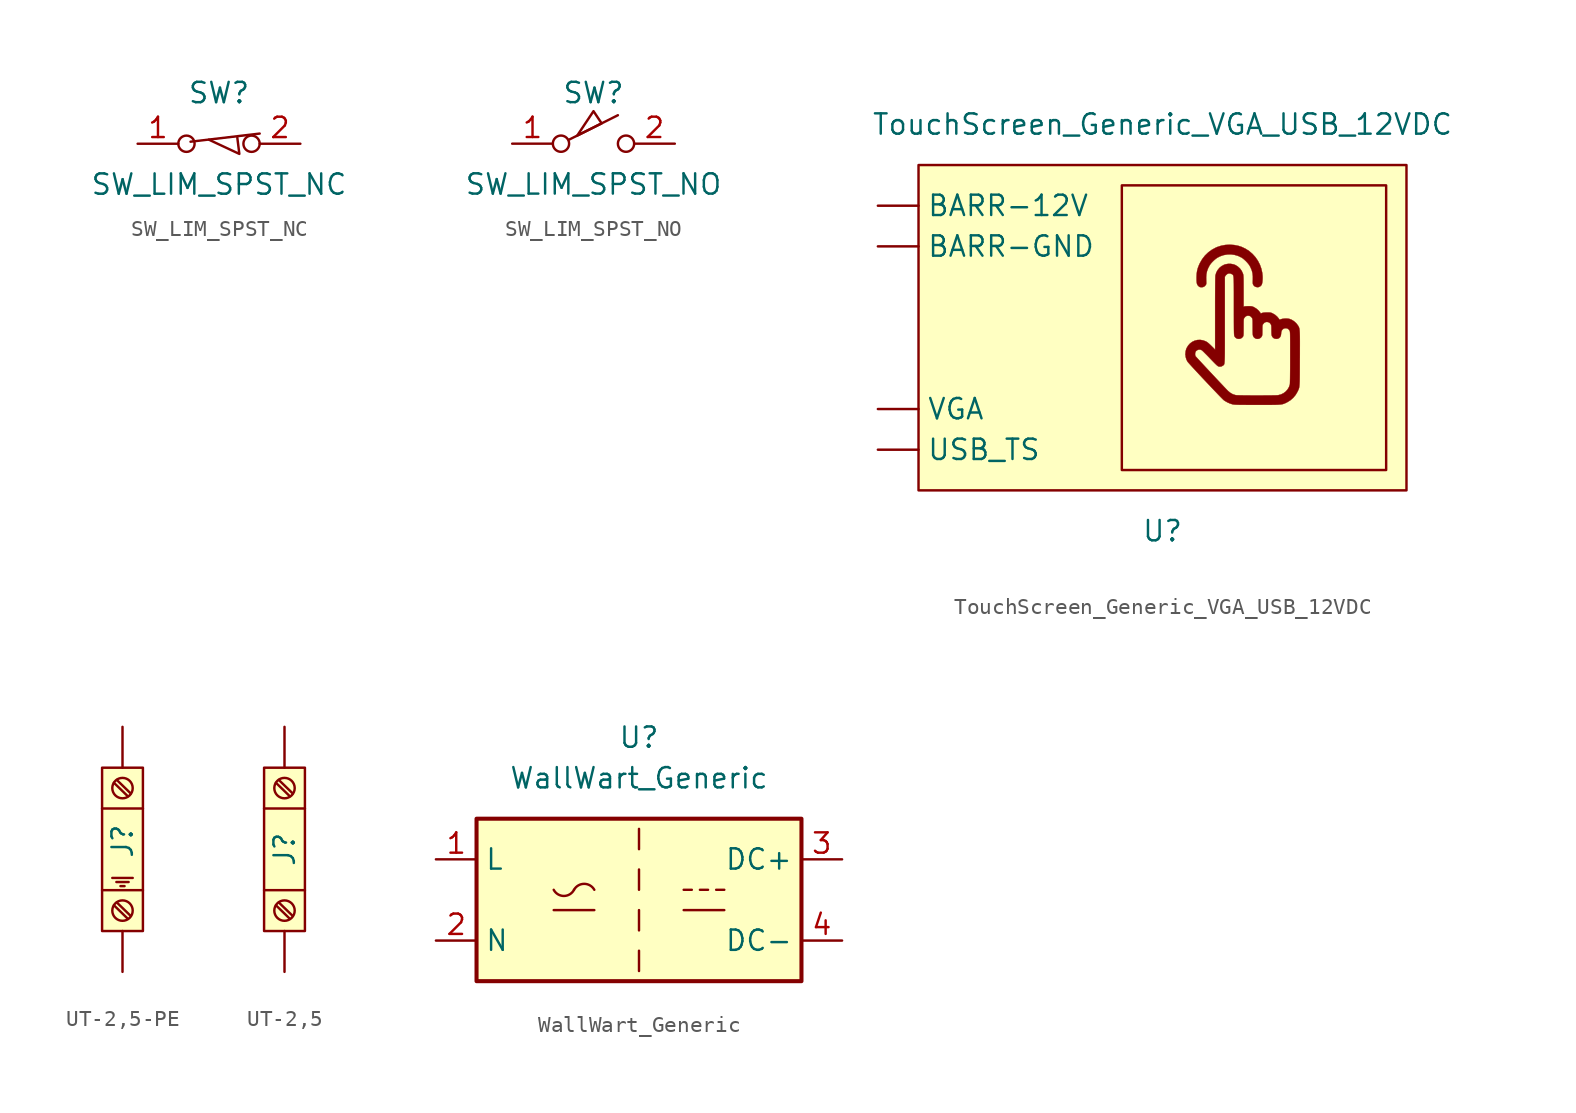
<source format=kicad_sym>
(kicad_symbol_lib
  (version 20241209)
  (generator "kicad_symbol_editor")
  (generator_version "9.0")
  (symbol "SW_LIM_SPST_NC"
    (pin_names
      (offset 0)
      (hide yes))
    (property "Reference" "SW"
      (at 0 3.175 0)
      (effects (font (size 1.27 1.27))))
    (property "Value" "SW_LIM_SPST_NC"
      (at 0 -2.54 0)
      (effects (font (size 1.27 1.27))))
    (symbol "SW_LIM_SPST_NC_0_0"
      (circle (center -2.032 0) (radius 0.508) (stroke (width 0) (type default)) (fill (type none)))
      (polyline (pts (xy -1.778 0.127) (xy 2.54 0.635)) (stroke (width 0) (type default)) (fill (type none)))
      (circle (center 2.032 0) (radius 0.508) (stroke (width 0) (type default)) (fill (type none))))
    (symbol "SW_LIM_SPST_NC_0_1"
      (polyline (pts (xy 1.143 0.381) (xy 1.27 -0.635) (xy -0.635 0.254)) (stroke (width 0) (type default)) (fill (type none))))
    (symbol "SW_LIM_SPST_NC_1_1"
      (pin passive line (at -5.08 0 0) (length 2.54) (name "A" (effects (font (size 1.27 1.27)))) (number "1" (effects (font (size 1.27 1.27)))))
      (pin passive line (at 5.08 0 180) (length 2.54) (name "B" (effects (font (size 1.27 1.27)))) (number "2" (effects (font (size 1.27 1.27)))))))
  (symbol "SW_LIM_SPST_NO"
    (pin_names
      (offset 0)
      (hide yes))
    (property "Reference" "SW"
      (at 0 3.175 0)
      (effects (font (size 1.27 1.27))))
    (property "Value" "SW_LIM_SPST_NO"
      (at 0 -2.54 0)
      (effects (font (size 1.27 1.27))))
    (symbol "SW_LIM_SPST_NO_0_0"
      (circle (center -2.032 0) (radius 0.508) (stroke (width 0) (type default)) (fill (type none)))
      (polyline (pts (xy -1.524 0.254) (xy 1.524 1.778)) (stroke (width 0) (type default)) (fill (type none)))
      (circle (center 2.032 0) (radius 0.508) (stroke (width 0) (type default)) (fill (type none))))
    (symbol "SW_LIM_SPST_NO_0_1"
      (polyline (pts (xy 0.508 1.27) (xy 0 2.032) (xy -1.016 0.508) (xy 0.508 1.27)) (stroke (width 0) (type default)) (fill (type none))))
    (symbol "SW_LIM_SPST_NO_1_1"
      (pin passive line (at -5.08 0 0) (length 2.54) (name "A" (effects (font (size 1.27 1.27)))) (number "1" (effects (font (size 1.27 1.27)))))
      (pin passive line (at 5.08 0 180) (length 2.54) (name "B" (effects (font (size 1.27 1.27)))) (number "2" (effects (font (size 1.27 1.27)))))))
  (symbol "TouchScreen_Generic_VGA_USB_12VDC"
    (property "Reference" "U"
      (at 0 -12.7 0)
      (effects (font (size 1.27 1.27))))
    (property "Value" "TouchScreen_Generic_VGA_USB_12VDC"
      (at 0 12.7 0)
      (effects (font (size 1.27 1.27))))
    (symbol "TouchScreen_Generic_VGA_USB_12VDC_0_0"
      (polyline (pts (xy 2.54 2.54) (xy 2.631 2.588) (xy 2.702 2.667) (xy 2.713 2.686) (xy 2.726 2.716) (xy 2.733 2.752) (xy 2.736 2.804) (xy 2.734 2.879) (xy 2.73 2.985) (xy 2.727 3.149) (xy 2.742 3.35) (xy 2.781 3.534) (xy 2.846 3.71) (xy 2.939 3.889) (xy 2.946 3.901) (xy 3.018 4.001) (xy 3.114 4.108) (xy 3.221 4.213) (xy 3.331 4.306) (xy 3.434 4.377) (xy 3.6 4.461) (xy 3.82 4.536) (xy 4.049 4.575) (xy 4.28 4.58) (xy 4.509 4.548) (xy 4.731 4.482) (xy 4.941 4.38) (xy 5.002 4.34) (xy 5.096 4.263) (xy 5.197 4.17) (xy 5.293 4.07) (xy 5.375 3.973) (xy 5.434 3.889) (xy 5.496 3.775) (xy 5.573 3.597) (xy 5.621 3.416) (xy 5.644 3.223) (xy 5.644 3.008) (xy 5.64 2.907) (xy 5.639 2.826) (xy 5.642 2.768) (xy 5.65 2.725) (xy 5.664 2.69) (xy 5.721 2.61) (xy 5.805 2.555) (xy 5.914 2.53) (xy 6.012 2.538) (xy 6.103 2.582) (xy 6.182 2.662) (xy 6.192 2.679) (xy 6.216 2.747) (xy 6.236 2.845) (xy 6.248 2.962) (xy 6.254 3.093) (xy 6.251 3.229) (xy 6.232 3.416) (xy 6.174 3.684) (xy 6.082 3.941) (xy 5.957 4.183) (xy 5.803 4.406) (xy 5.622 4.607) (xy 5.416 4.784) (xy 5.187 4.932) (xy 4.939 5.049) (xy 4.737 5.114) (xy 4.472 5.166) (xy 4.201 5.184) (xy 3.93 5.17) (xy 3.666 5.121) (xy 3.416 5.04) (xy 3.333 5.004) (xy 3.083 4.869) (xy 2.857 4.703) (xy 2.656 4.509) (xy 2.483 4.287) (xy 2.339 4.04) (xy 2.285 3.925) (xy 2.212 3.74) (xy 2.164 3.56) (xy 2.137 3.371) (xy 2.127 3.161) (xy 2.127 3.112) (xy 2.128 2.975) (xy 2.134 2.868) (xy 2.144 2.787) (xy 2.161 2.724) (xy 2.185 2.674) (xy 2.218 2.63) (xy 2.236 2.611) (xy 2.282 2.569) (xy 2.319 2.544) (xy 2.331 2.541) (xy 2.384 2.531) (xy 2.447 2.527) (xy 2.54 2.54)) (stroke (width 0.01) (type default)) (fill (type outline)))
      (polyline (pts (xy 6.58 -4.819) (xy 6.772 -4.819) (xy 6.935 -4.817) (xy 7.073 -4.814) (xy 7.19 -4.81) (xy 7.287 -4.804) (xy 7.369 -4.797) (xy 7.438 -4.787) (xy 7.497 -4.776) (xy 7.55 -4.761) (xy 7.598 -4.744) (xy 7.646 -4.724) (xy 7.697 -4.701) (xy 7.752 -4.674) (xy 7.788 -4.656) (xy 7.991 -4.53) (xy 8.168 -4.375) (xy 8.317 -4.195) (xy 8.436 -3.991) (xy 8.449 -3.963) (xy 8.47 -3.919) (xy 8.489 -3.879) (xy 8.505 -3.84) (xy 8.519 -3.8) (xy 8.531 -3.755) (xy 8.541 -3.703) (xy 8.549 -3.642) (xy 8.556 -3.569) (xy 8.561 -3.48) (xy 8.566 -3.374) (xy 8.569 -3.248) (xy 8.571 -3.098) (xy 8.573 -2.923) (xy 8.574 -2.72) (xy 8.575 -2.486) (xy 8.576 -2.217) (xy 8.577 -1.913) (xy 8.578 -1.891) (xy 8.579 -1.585) (xy 8.579 -1.314) (xy 8.58 -1.078) (xy 8.58 -0.873) (xy 8.579 -0.696) (xy 8.578 -0.545) (xy 8.575 -0.418) (xy 8.572 -0.312) (xy 8.567 -0.225) (xy 8.561 -0.153) (xy 8.554 -0.094) (xy 8.545 -0.046) (xy 8.534 -0.007) (xy 8.521 0.027) (xy 8.507 0.059) (xy 8.49 0.089) (xy 8.471 0.122) (xy 8.455 0.148) (xy 8.349 0.284) (xy 8.219 0.401) (xy 8.074 0.493) (xy 7.921 0.552) (xy 7.892 0.558) (xy 7.778 0.572) (xy 7.65 0.572) (xy 7.525 0.56) (xy 7.421 0.536) (xy 7.311 0.499) (xy 7.255 0.58) (xy 7.161 0.693) (xy 7.031 0.805) (xy 6.886 0.891) (xy 6.859 0.904) (xy 6.805 0.926) (xy 6.756 0.941) (xy 6.702 0.949) (xy 6.63 0.952) (xy 6.531 0.952) (xy 6.497 0.952) (xy 6.377 0.948) (xy 6.287 0.937) (xy 6.223 0.92) (xy 6.139 0.889) (xy 6.083 0.97) (xy 5.992 1.08) (xy 5.86 1.194) (xy 5.714 1.282) (xy 5.712 1.283) (xy 5.649 1.311) (xy 5.597 1.328) (xy 5.543 1.338) (xy 5.474 1.343) (xy 5.378 1.343) (xy 5.318 1.343) (xy 5.231 1.34) (xy 5.161 1.335) (xy 5.119 1.329) (xy 5.066 1.313) (xy 5.066 2.279) (xy 5.066 2.317) (xy 5.065 2.533) (xy 5.065 2.713) (xy 5.064 2.862) (xy 5.063 2.983) (xy 5.061 3.081) (xy 5.058 3.158) (xy 5.054 3.218) (xy 5.05 3.265) (xy 5.044 3.303) (xy 5.037 3.334) (xy 5.029 3.364) (xy 5.02 3.389) (xy 4.943 3.554) (xy 4.835 3.701) (xy 4.699 3.824) (xy 4.543 3.918) (xy 4.429 3.959) (xy 4.269 3.988) (xy 4.101 3.989) (xy 3.94 3.962) (xy 3.847 3.931) (xy 3.692 3.848) (xy 3.555 3.736) (xy 3.443 3.599) (xy 3.359 3.442) (xy 3.308 3.27) (xy 3.304 3.237) (xy 3.301 3.163) (xy 3.298 3.052) (xy 3.296 2.904) (xy 3.294 2.72) (xy 3.292 2.5) (xy 3.29 2.246) (xy 3.289 1.958) (xy 3.288 1.636) (xy 3.288 1.282) (xy 3.288 0.896) (xy 3.288 -1.372) (xy 3.064 -1.147) (xy 2.974 -1.06) (xy 2.875 -0.97) (xy 2.792 -0.906) (xy 2.722 -0.862) (xy 2.704 -0.853) (xy 2.53 -0.789) (xy 2.355 -0.761) (xy 2.181 -0.768) (xy 2.015 -0.809) (xy 1.859 -0.883) (xy 1.719 -0.986) (xy 1.6 -1.119) (xy 1.505 -1.279) (xy 1.483 -1.33) (xy 1.443 -1.487) (xy 1.431 -1.65) (xy 2.034 -1.65) (xy 2.043 -1.567) (xy 2.07 -1.496) (xy 2.094 -1.461) (xy 2.167 -1.402) (xy 2.256 -1.37) (xy 2.351 -1.367) (xy 2.442 -1.397) (xy 2.459 -1.41) (xy 2.505 -1.45) (xy 2.57 -1.512) (xy 2.652 -1.594) (xy 2.748 -1.69) (xy 2.854 -1.798) (xy 2.965 -1.914) (xy 3.079 -2.033) (xy 3.189 -2.146) (xy 3.277 -2.235) (xy 3.347 -2.303) (xy 3.401 -2.353) (xy 3.443 -2.387) (xy 3.476 -2.408) (xy 3.501 -2.42) (xy 3.585 -2.433) (xy 3.687 -2.417) (xy 3.776 -2.366) (xy 3.777 -2.365) (xy 3.793 -2.353) (xy 3.808 -2.342) (xy 3.821 -2.331) (xy 3.832 -2.318) (xy 3.843 -2.301) (xy 3.852 -2.278) (xy 3.86 -2.247) (xy 3.867 -2.206) (xy 3.873 -2.154) (xy 3.878 -2.087) (xy 3.882 -2.005) (xy 3.885 -1.906) (xy 3.888 -1.786) (xy 3.89 -1.646) (xy 3.891 -1.481) (xy 3.892 -1.292) (xy 3.893 -1.075) (xy 3.893 -0.828) (xy 3.893 -0.55) (xy 3.893 -0.24) (xy 3.893 0.106) (xy 3.893 0.49) (xy 3.893 3.184) (xy 3.937 3.249) (xy 3.965 3.285) (xy 4.046 3.356) (xy 4.136 3.39) (xy 4.232 3.389) (xy 4.328 3.349) (xy 4.33 3.348) (xy 4.352 3.335) (xy 4.371 3.324) (xy 4.387 3.311) (xy 4.402 3.295) (xy 4.414 3.272) (xy 4.425 3.241) (xy 4.434 3.2) (xy 4.441 3.145) (xy 4.447 3.075) (xy 4.451 2.987) (xy 4.454 2.88) (xy 4.457 2.749) (xy 4.458 2.594) (xy 4.459 2.411) (xy 4.46 2.199) (xy 4.46 1.954) (xy 4.46 1.675) (xy 4.46 1.36) (xy 4.46 1.098) (xy 4.46 0.821) (xy 4.461 0.579) (xy 4.461 0.369) (xy 4.462 0.189) (xy 4.463 0.036) (xy 4.464 -0.092) (xy 4.466 -0.198) (xy 4.468 -0.284) (xy 4.47 -0.353) (xy 4.473 -0.406) (xy 4.477 -0.447) (xy 4.481 -0.478) (xy 4.485 -0.501) (xy 4.491 -0.519) (xy 4.497 -0.534) (xy 4.534 -0.593) (xy 4.605 -0.656) (xy 4.691 -0.691) (xy 4.785 -0.699) (xy 4.877 -0.68) (xy 4.96 -0.632) (xy 5.027 -0.557) (xy 5.03 -0.551) (xy 5.041 -0.529) (xy 5.049 -0.503) (xy 5.056 -0.467) (xy 5.06 -0.417) (xy 5.063 -0.347) (xy 5.064 -0.254) (xy 5.065 -0.131) (xy 5.065 0.027) (xy 5.066 0.139) (xy 5.066 0.271) (xy 5.067 0.372) (xy 5.069 0.448) (xy 5.073 0.502) (xy 5.078 0.541) (xy 5.086 0.569) (xy 5.096 0.59) (xy 5.109 0.611) (xy 5.178 0.691) (xy 5.253 0.737) (xy 5.343 0.752) (xy 5.44 0.739) (xy 5.526 0.691) (xy 5.591 0.61) (xy 5.593 0.606) (xy 5.606 0.582) (xy 5.615 0.554) (xy 5.622 0.519) (xy 5.627 0.471) (xy 5.63 0.404) (xy 5.631 0.314) (xy 5.632 0.195) (xy 5.633 0.042) (xy 5.633 -0.058) (xy 5.633 -0.191) (xy 5.635 -0.294) (xy 5.638 -0.372) (xy 5.643 -0.43) (xy 5.649 -0.472) (xy 5.658 -0.505) (xy 5.669 -0.534) (xy 5.716 -0.606) (xy 5.79 -0.664) (xy 5.877 -0.695) (xy 5.97 -0.698) (xy 6.06 -0.674) (xy 6.14 -0.622) (xy 6.202 -0.542) (xy 6.212 -0.52) (xy 6.223 -0.484) (xy 6.231 -0.438) (xy 6.235 -0.372) (xy 6.237 -0.282) (xy 6.238 -0.159) (xy 6.238 -0.103) (xy 6.239 0.001) (xy 6.241 0.076) (xy 6.246 0.128) (xy 6.253 0.165) (xy 6.265 0.194) (xy 6.282 0.22) (xy 6.35 0.3) (xy 6.426 0.346) (xy 6.515 0.362) (xy 6.612 0.348) (xy 6.698 0.3) (xy 6.763 0.219) (xy 6.778 0.19) (xy 6.79 0.155) (xy 6.798 0.111) (xy 6.802 0.05) (xy 6.804 -0.036) (xy 6.805 -0.154) (xy 6.805 -0.202) (xy 6.807 -0.311) (xy 6.81 -0.392) (xy 6.817 -0.451) (xy 6.827 -0.496) (xy 6.842 -0.534) (xy 6.852 -0.555) (xy 6.916 -0.633) (xy 7.003 -0.682) (xy 7.112 -0.698) (xy 7.197 -0.688) (xy 7.287 -0.647) (xy 7.354 -0.576) (xy 7.396 -0.477) (xy 7.41 -0.355) (xy 7.416 -0.28) (xy 7.449 -0.178) (xy 7.508 -0.099) (xy 7.589 -0.048) (xy 7.687 -0.029) (xy 7.785 -0.043) (xy 7.87 -0.091) (xy 7.936 -0.172) (xy 7.94 -0.18) (xy 7.947 -0.194) (xy 7.953 -0.21) (xy 7.958 -0.232) (xy 7.962 -0.262) (xy 7.966 -0.302) (xy 7.969 -0.356) (xy 7.971 -0.425) (xy 7.973 -0.512) (xy 7.974 -0.62) (xy 7.975 -0.752) (xy 7.976 -0.91) (xy 7.976 -1.096) (xy 7.976 -1.314) (xy 7.976 -1.566) (xy 7.976 -1.854) (xy 7.976 -1.975) (xy 7.976 -2.276) (xy 7.975 -2.548) (xy 7.973 -2.79) (xy 7.971 -3.002) (xy 7.969 -3.181) (xy 7.966 -3.327) (xy 7.963 -3.438) (xy 7.96 -3.512) (xy 7.956 -3.549) (xy 7.901 -3.709) (xy 7.812 -3.86) (xy 7.695 -3.99) (xy 7.555 -4.095) (xy 7.396 -4.171) (xy 7.224 -4.215) (xy 7.221 -4.215) (xy 7.17 -4.219) (xy 7.085 -4.222) (xy 6.97 -4.225) (xy 6.829 -4.227) (xy 6.667 -4.229) (xy 6.488 -4.23) (xy 6.296 -4.231) (xy 6.096 -4.232) (xy 5.893 -4.232) (xy 5.689 -4.231) (xy 5.49 -4.231) (xy 5.3 -4.229) (xy 5.123 -4.228) (xy 4.963 -4.226) (xy 4.826 -4.223) (xy 4.714 -4.22) (xy 4.633 -4.217) (xy 4.587 -4.213) (xy 4.539 -4.204) (xy 4.386 -4.153) (xy 4.236 -4.068) (xy 4.097 -3.954) (xy 4.095 -3.952) (xy 4.057 -3.914) (xy 3.997 -3.852) (xy 3.918 -3.769) (xy 3.821 -3.667) (xy 3.71 -3.549) (xy 3.587 -3.419) (xy 3.455 -3.279) (xy 3.316 -3.131) (xy 3.173 -2.978) (xy 3.028 -2.824) (xy 2.885 -2.67) (xy 2.744 -2.52) (xy 2.611 -2.376) (xy 2.486 -2.241) (xy 2.372 -2.119) (xy 2.272 -2.011) (xy 2.188 -1.92) (xy 2.124 -1.85) (xy 2.082 -1.802) (xy 2.063 -1.78) (xy 2.043 -1.729) (xy 2.034 -1.65) (xy 1.431 -1.65) (xy 1.431 -1.654) (xy 1.448 -1.822) (xy 1.492 -1.98) (xy 1.564 -2.119) (xy 1.587 -2.149) (xy 1.636 -2.205) (xy 1.707 -2.285) (xy 1.797 -2.384) (xy 1.904 -2.501) (xy 2.026 -2.633) (xy 2.159 -2.776) (xy 2.301 -2.929) (xy 2.45 -3.089) (xy 2.604 -3.252) (xy 2.759 -3.417) (xy 2.913 -3.58) (xy 3.063 -3.739) (xy 3.207 -3.89) (xy 3.343 -4.032) (xy 3.467 -4.162) (xy 3.578 -4.277) (xy 3.673 -4.373) (xy 3.748 -4.449) (xy 3.802 -4.502) (xy 3.833 -4.529) (xy 3.895 -4.572) (xy 4.047 -4.66) (xy 4.211 -4.733) (xy 4.37 -4.784) (xy 4.371 -4.784) (xy 4.401 -4.791) (xy 4.435 -4.796) (xy 4.475 -4.801) (xy 4.526 -4.805) (xy 4.588 -4.809) (xy 4.667 -4.811) (xy 4.764 -4.814) (xy 4.883 -4.816) (xy 5.026 -4.817) (xy 5.197 -4.818) (xy 5.398 -4.819) (xy 5.632 -4.819) (xy 5.902 -4.819) (xy 6.102 -4.82) (xy 6.358 -4.82) (xy 6.58 -4.819)) (stroke (width 0.01) (type default)) (fill (type outline))))
    (symbol "TouchScreen_Generic_VGA_USB_12VDC_1_1"
      (rectangle (start -15.24 10.16) (end 15.24 -10.16) (stroke (width 0) (type solid)) (fill (type background)))
      (rectangle (start -2.54 8.89) (end 13.97 -8.89) (stroke (width 0) (type default)) (fill (type none)))
      (pin power_in line (at -17.78 7.62 0) (length 2.54) (name "BARR-12V" (effects (font (size 1.27 1.27)))) (number "" (effects (font (size 1.27 1.27)))))
      (pin power_in line (at -17.78 5.08 0) (length 2.54) (name "BARR-GND" (effects (font (size 1.27 1.27)))) (number "" (effects (font (size 1.27 1.27)))))
      (pin input line (at -17.78 -5.08 0) (length 2.54) (name "VGA" (effects (font (size 1.27 1.27)))) (number "" (effects (font (size 1.27 1.27)))))
      (pin bidirectional line (at -17.78 -7.62 0) (length 2.54) (name "USB_TS" (effects (font (size 1.27 1.27)))) (number "" (effects (font (size 1.27 1.27)))))))
  (symbol "UT-2,5-PE"
    (property "Reference" "J"
      (at 0 0.508 90)
      (do_not_autoplace)
      (effects (font (size 1.27 1.27))))
    (symbol "UT-2,5-PE_0_1"
      (rectangle (start -1.27 5.08) (end 1.27 -5.08) (stroke (width 0) (type default)) (fill (type background)))
      (polyline (pts (xy -1.27 2.54) (xy 1.27 2.54)) (stroke (width 0) (type default)) (fill (type none)))
      (polyline (pts (xy -1.27 -2.54) (xy 1.27 -2.54)) (stroke (width 0) (type default)) (fill (type none)))
      (polyline (pts (xy -0.635 -1.778) (xy 0.635 -1.778)) (stroke (width 0) (type default)) (fill (type none)))
      (polyline (pts (xy -0.381 -2.032) (xy 0.381 -2.032)) (stroke (width 0) (type default)) (fill (type none)))
      (polyline (pts (xy 0.127 -2.286) (xy -0.127 -2.286)) (stroke (width 0) (type default)) (fill (type none))))
    (symbol "UT-2,5-PE_1_1"
      (polyline (pts (xy -0.533 4.14) (xy 0.33 3.302)) (stroke (width 0.152) (type default)) (fill (type none)))
      (polyline (pts (xy -0.533 -3.48) (xy 0.33 -4.318)) (stroke (width 0.152) (type default)) (fill (type none)))
      (polyline (pts (xy -0.356 4.318) (xy 0.508 3.48)) (stroke (width 0.152) (type default)) (fill (type none)))
      (polyline (pts (xy -0.356 -3.302) (xy 0.508 -4.14)) (stroke (width 0.152) (type default)) (fill (type none)))
      (circle (center 0 3.81) (radius 0.635) (stroke (width 0.152) (type default)) (fill (type none)))
      (circle (center 0 -3.81) (radius 0.635) (stroke (width 0.152) (type default)) (fill (type none)))
      (pin passive line (at 0 7.62 270) (length 2.54) (name "" (effects (font (size 1.27 1.27)))) (number "" (effects (font (size 1.27 1.27)))))
      (pin passive line (at 0 -7.62 90) (length 2.54) (name "" (effects (font (size 1.27 1.27)))) (number "" (effects (font (size 1.27 1.27)))))))
  (symbol "UT-2,5"
    (property "Reference" "J"
      (at 0 0 90)
      (do_not_autoplace)
      (effects (font (size 1.27 1.27))))
    (symbol "UT-2,5_0_1"
      (rectangle (start -1.27 5.08) (end 1.27 -5.08) (stroke (width 0) (type default)) (fill (type background)))
      (polyline (pts (xy -1.27 2.54) (xy 1.27 2.54)) (stroke (width 0) (type default)) (fill (type none)))
      (polyline (pts (xy -1.27 -2.54) (xy 1.27 -2.54)) (stroke (width 0) (type default)) (fill (type none))))
    (symbol "UT-2,5_1_1"
      (polyline (pts (xy -0.533 4.14) (xy 0.33 3.302)) (stroke (width 0.152) (type default)) (fill (type none)))
      (polyline (pts (xy -0.533 -3.48) (xy 0.33 -4.318)) (stroke (width 0.152) (type default)) (fill (type none)))
      (polyline (pts (xy -0.356 4.318) (xy 0.508 3.48)) (stroke (width 0.152) (type default)) (fill (type none)))
      (polyline (pts (xy -0.356 -3.302) (xy 0.508 -4.14)) (stroke (width 0.152) (type default)) (fill (type none)))
      (circle (center 0 3.81) (radius 0.635) (stroke (width 0.152) (type default)) (fill (type none)))
      (circle (center 0 -3.81) (radius 0.635) (stroke (width 0.152) (type default)) (fill (type none)))
      (pin passive line (at 0 7.62 270) (length 2.54) (name "" (effects (font (size 1.27 1.27)))) (number "" (effects (font (size 1.27 1.27)))))
      (pin passive line (at 0 -7.62 90) (length 2.54) (name "" (effects (font (size 1.27 1.27)))) (number "" (effects (font (size 1.27 1.27)))))))
  (symbol "WallWart_Generic"
    (property "Reference" "U"
      (at 0 10.16 0)
      (effects (font (size 1.27 1.27))))
    (property "Value" "WallWart_Generic"
      (at 0 7.62 0)
      (effects (font (size 1.27 1.27))))
    (symbol "WallWart_Generic_0_1"
      (rectangle (start -10.16 5.08) (end 10.16 -5.08) (stroke (width 0.254) (type default)) (fill (type background)))
      (polyline (pts (xy -5.334 -0.635) (xy -2.794 -0.635)) (stroke (width 0) (type default)) (fill (type none)))
      (arc (start -4.064 0.635) (mid -4.699 0.2495) (end -5.334 0.635) (stroke (width 0) (type default)) (fill (type none)))
      (arc (start -4.064 0.635) (mid -3.429 1.0072) (end -2.794 0.635) (stroke (width 0) (type default)) (fill (type none)))
      (polyline (pts (xy 2.794 0.635) (xy 3.302 0.635)) (stroke (width 0) (type default)) (fill (type none)))
      (polyline (pts (xy 2.794 -0.635) (xy 5.334 -0.635)) (stroke (width 0) (type default)) (fill (type none)))
      (polyline (pts (xy 3.81 0.635) (xy 4.318 0.635)) (stroke (width 0) (type default)) (fill (type none)))
      (polyline (pts (xy 4.826 0.635) (xy 5.334 0.635)) (stroke (width 0) (type default)) (fill (type none))))
    (symbol "WallWart_Generic_1_1"
      (polyline (pts (xy 0 4.445) (xy 0 3.175)) (stroke (width 0) (type default)) (fill (type none)))
      (polyline (pts (xy 0 1.905) (xy 0 0.635)) (stroke (width 0) (type default)) (fill (type none)))
      (polyline (pts (xy 0 -0.635) (xy 0 -1.905)) (stroke (width 0) (type default)) (fill (type none)))
      (polyline (pts (xy 0 -3.175) (xy 0 -4.445)) (stroke (width 0) (type default)) (fill (type none)))
      (pin power_in line (at -12.7 2.54 0) (length 2.54) (name "L" (effects (font (size 1.27 1.27)))) (number "1" (effects (font (size 1.27 1.27)))))
      (pin power_in line (at -12.7 -2.54 0) (length 2.54) (name "N" (effects (font (size 1.27 1.27)))) (number "2" (effects (font (size 1.27 1.27)))))
      (pin power_out line (at 12.7 2.54 180) (length 2.54) (name "DC+" (effects (font (size 1.27 1.27)))) (number "3" (effects (font (size 1.27 1.27)))))
      (pin power_out line (at 12.7 -2.54 180) (length 2.54) (name "DC-" (effects (font (size 1.27 1.27)))) (number "4" (effects (font (size 1.27 1.27))))))))
</source>
